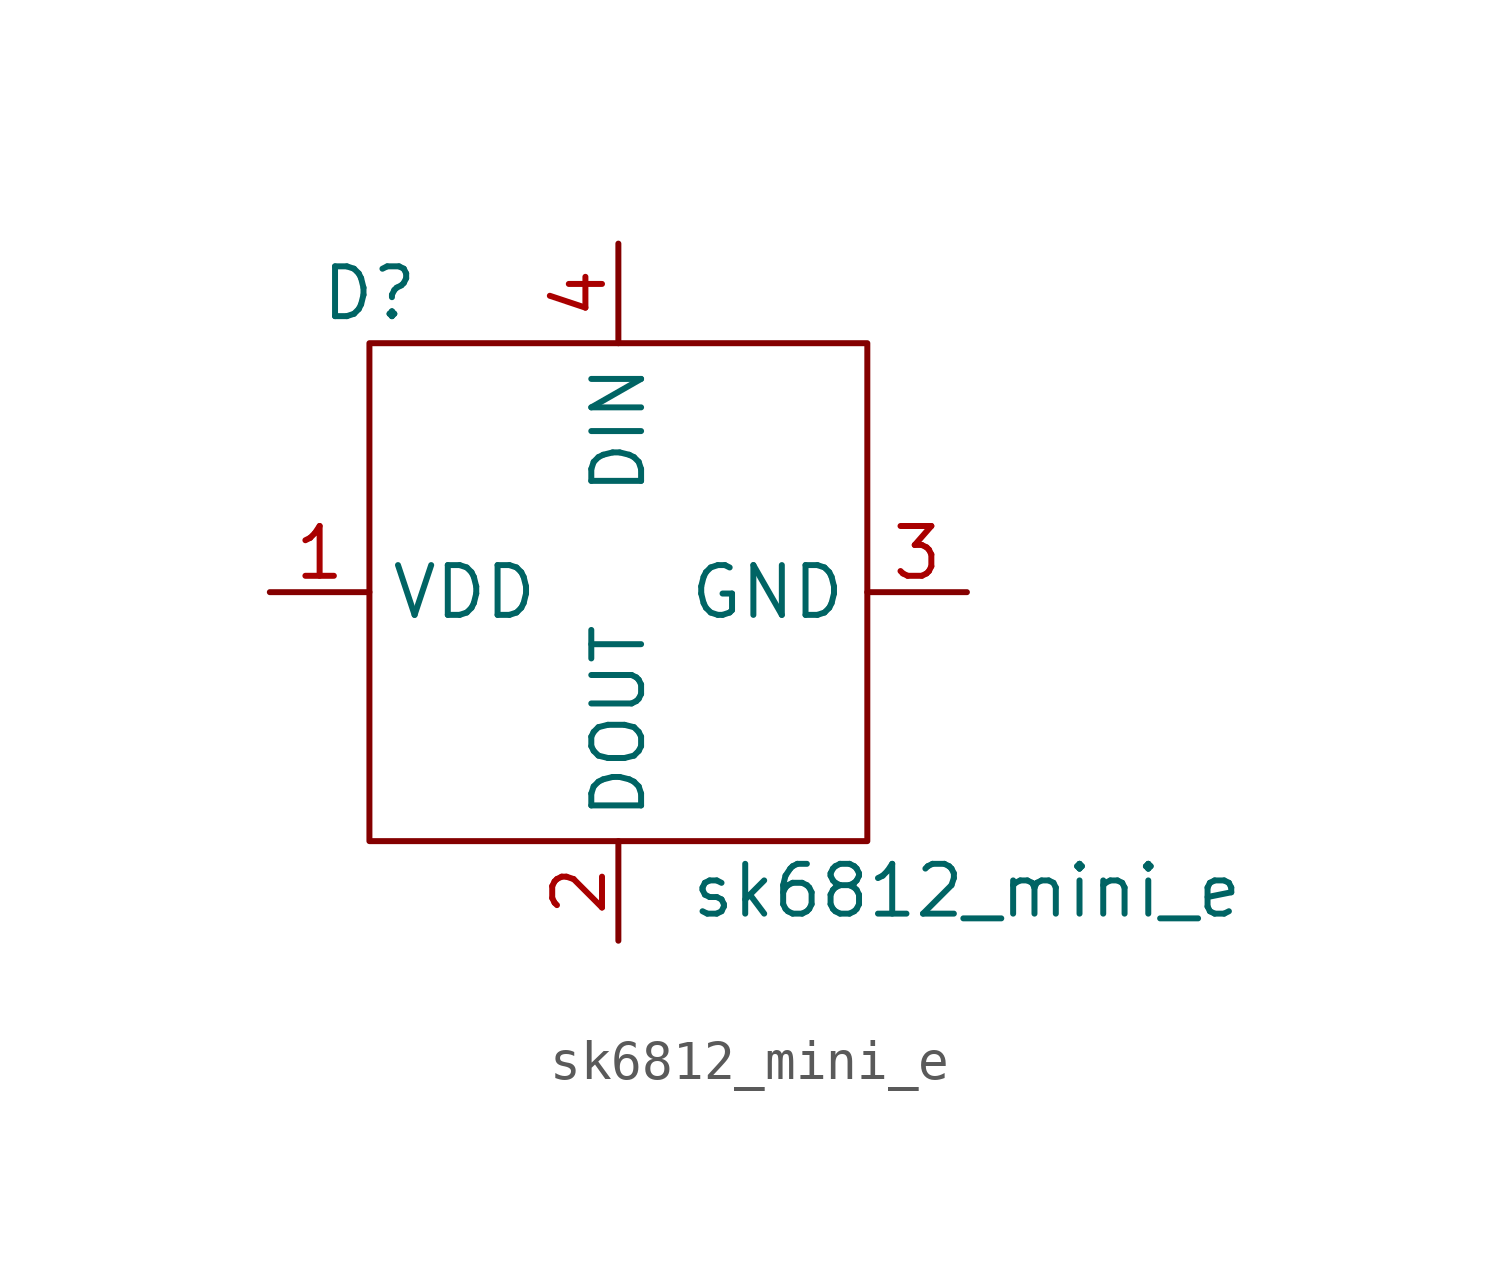
<source format=kicad_sym>
(kicad_symbol_lib
  (version 20211014)
  (generator kicad_symbol_editor)
  (symbol "sk6812_mini_e"
    (property "Reference" "D"
      (at 10.16 -2.54 0)
      (effects (font (size 1.27 1.27))))
    (property "Value" "sk6812_mini_e"
      (at 25.4 -17.78 0)
      (effects (font (size 1.27 1.27))))
    (symbol "sk6812_mini_e_0_1"
      (rectangle (start 10.16 -3.81) (end 22.86 -16.51) (stroke (width 0) (type default) (color 0 0 0 0)) (fill (type none))))
    (symbol "sk6812_mini_e_1_1"
      (pin power_in line (at 7.62 -10.16 0) (length 2.54) (name "VDD" (effects (font (size 1.27 1.27)))) (number "1" (effects (font (size 1.27 1.27)))))
      (pin power_in line (at 16.51 -19.05 90) (length 2.54) (name "DOUT" (effects (font (size 1.27 1.27)))) (number "2" (effects (font (size 1.27 1.27)))))
      (pin power_in line (at 25.4 -10.16 180) (length 2.54) (name "GND" (effects (font (size 1.27 1.27)))) (number "3" (effects (font (size 1.27 1.27)))))
      (pin power_in line (at 16.51 -1.27 270) (length 2.54) (name "DIN" (effects (font (size 1.27 1.27)))) (number "4" (effects (font (size 1.27 1.27))))))))
</source>
